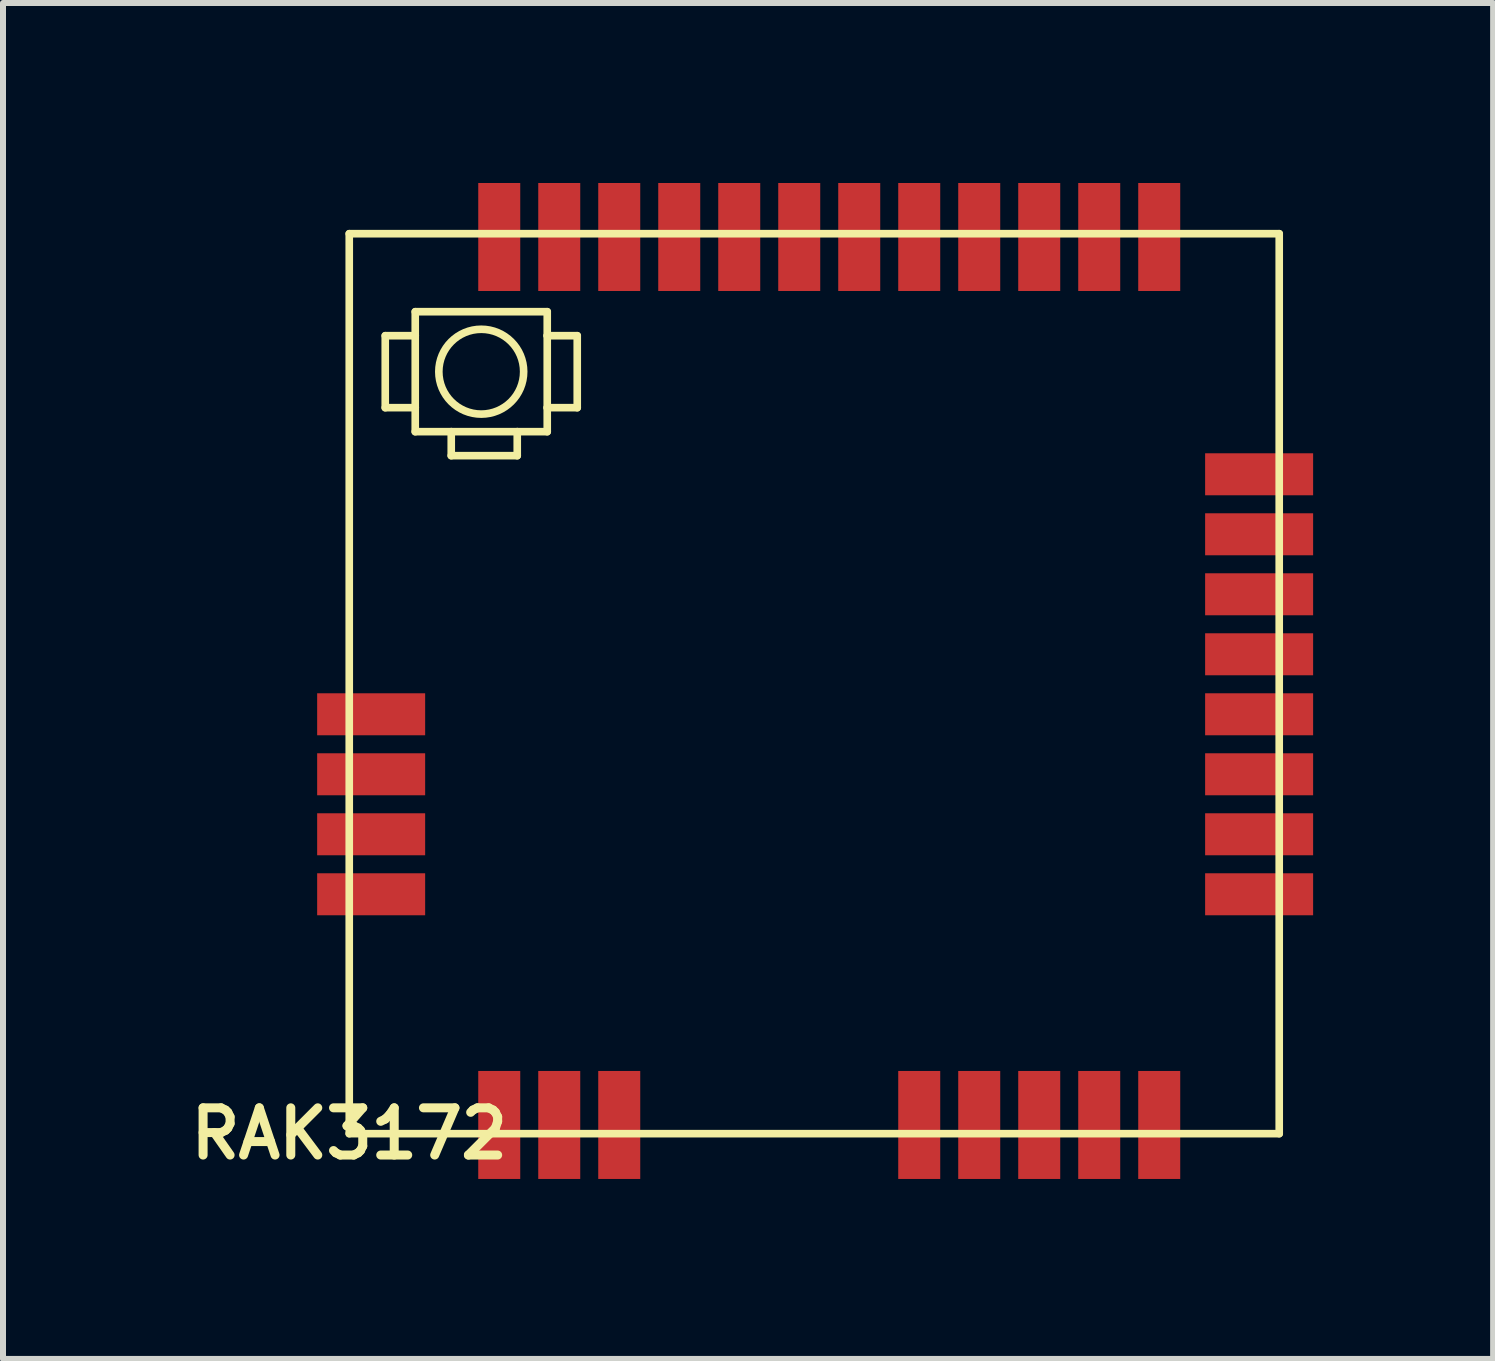
<source format=kicad_pcb>
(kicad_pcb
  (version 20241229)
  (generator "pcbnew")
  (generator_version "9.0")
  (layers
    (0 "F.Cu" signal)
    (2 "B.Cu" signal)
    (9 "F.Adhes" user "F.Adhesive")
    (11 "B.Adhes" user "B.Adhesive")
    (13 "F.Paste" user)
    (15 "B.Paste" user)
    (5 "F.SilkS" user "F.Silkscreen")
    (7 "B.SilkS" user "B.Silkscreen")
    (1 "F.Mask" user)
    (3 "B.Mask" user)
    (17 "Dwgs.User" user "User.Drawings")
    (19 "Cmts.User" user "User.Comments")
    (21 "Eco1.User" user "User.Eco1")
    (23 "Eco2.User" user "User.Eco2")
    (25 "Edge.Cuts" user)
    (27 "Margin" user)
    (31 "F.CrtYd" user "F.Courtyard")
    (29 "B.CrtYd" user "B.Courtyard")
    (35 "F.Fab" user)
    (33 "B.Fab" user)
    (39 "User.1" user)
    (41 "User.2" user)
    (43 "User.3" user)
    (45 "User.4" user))
  (footprint "RAK3172"
    (layer "F.Cu")
    (at 2.771 15.845)
    (property "Reference" "RAK3172" (at 0 0 0) (layer "F.SilkS") (effects (font (size 0.787 0.787) (thickness 0.15))))
    (attr through_hole)
    (fp_line (start 0 -15) (end 0 0) (stroke (width 0.127) (type solid)) (layer "F.SilkS"))
    (fp_line (start 0 0) (end 15.5 0) (stroke (width 0.127) (type solid)) (layer "F.SilkS"))
    (fp_line (start 0.6 -13.3) (end 1.1 -13.3) (stroke (width 0.127) (type solid)) (layer "F.SilkS"))
    (fp_line (start 0.6 -12.1) (end 0.6 -13.3) (stroke (width 0.127) (type solid)) (layer "F.SilkS"))
    (fp_line (start 1.1 -13.7) (end 3.3 -13.7) (stroke (width 0.127) (type solid)) (layer "F.SilkS"))
    (fp_line (start 1.1 -13.3) (end 1.1 -13.7) (stroke (width 0.127) (type solid)) (layer "F.SilkS"))
    (fp_line (start 1.1 -12.1) (end 0.6 -12.1) (stroke (width 0.127) (type solid)) (layer "F.SilkS"))
    (fp_line (start 1.1 -12.1) (end 1.1 -13.3) (stroke (width 0.127) (type solid)) (layer "F.SilkS"))
    (fp_line (start 1.1 -11.7) (end 1.1 -12.1) (stroke (width 0.127) (type solid)) (layer "F.SilkS"))
    (fp_line (start 1.7 -11.7) (end 1.1 -11.7) (stroke (width 0.127) (type solid)) (layer "F.SilkS"))
    (fp_line (start 1.7 -11.3) (end 1.7 -11.7) (stroke (width 0.127) (type solid)) (layer "F.SilkS"))
    (fp_line (start 1.7 -11.3) (end 2.8 -11.3) (stroke (width 0.127) (type solid)) (layer "F.SilkS"))
    (fp_line (start 2.8 -11.7) (end 1.7 -11.7) (stroke (width 0.127) (type solid)) (layer "F.SilkS"))
    (fp_line (start 2.8 -11.3) (end 2.8 -11.7) (stroke (width 0.127) (type solid)) (layer "F.SilkS"))
    (fp_line (start 3.3 -13.7) (end 3.3 -13.3) (stroke (width 0.127) (type solid)) (layer "F.SilkS"))
    (fp_line (start 3.3 -13.3) (end 3.3 -12.1) (stroke (width 0.127) (type solid)) (layer "F.SilkS"))
    (fp_line (start 3.3 -12.1) (end 3.3 -11.7) (stroke (width 0.127) (type solid)) (layer "F.SilkS"))
    (fp_line (start 3.3 -11.7) (end 2.8 -11.7) (stroke (width 0.127) (type solid)) (layer "F.SilkS"))
    (fp_line (start 3.8 -13.3) (end 3.3 -13.3) (stroke (width 0.127) (type solid)) (layer "F.SilkS"))
    (fp_line (start 3.8 -13.3) (end 3.8 -12.1) (stroke (width 0.127) (type solid)) (layer "F.SilkS"))
    (fp_line (start 3.8 -12.1) (end 3.3 -12.1) (stroke (width 0.127) (type solid)) (layer "F.SilkS"))
    (fp_line (start 15.5 -15) (end 0 -15) (stroke (width 0.127) (type solid)) (layer "F.SilkS"))
    (fp_line (start 15.5 0) (end 15.5 -15) (stroke (width 0.127) (type solid)) (layer "F.SilkS"))
    (fp_circle (center 2.2 -12.7) (end 2.907 -12.7) (stroke (width 0.127) (type solid)) (fill no) (layer "F.SilkS"))
    (pad "1" smd rect (at 13.5 -14.945 90) (size 1.8 0.7) (layers "F.Cu" "F.Mask" "F.Paste"))
    (pad "2" smd rect (at 12.5 -14.945 90) (size 1.8 0.7) (layers "F.Cu" "F.Mask" "F.Paste"))
    (pad "3" smd rect (at 11.5 -14.945 90) (size 1.8 0.7) (layers "F.Cu" "F.Mask" "F.Paste"))
    (pad "4" smd rect (at 10.5 -14.945 90) (size 1.8 0.7) (layers "F.Cu" "F.Mask" "F.Paste"))
    (pad "5" smd rect (at 9.5 -14.945 90) (size 1.8 0.7) (layers "F.Cu" "F.Mask" "F.Paste"))
    (pad "6" smd rect (at 8.5 -14.945 90) (size 1.8 0.7) (layers "F.Cu" "F.Mask" "F.Paste"))
    (pad "7" smd rect (at 7.5 -14.945 90) (size 1.8 0.7) (layers "F.Cu" "F.Mask" "F.Paste"))
    (pad "8" smd rect (at 6.5 -14.945 90) (size 1.8 0.7) (layers "F.Cu" "F.Mask" "F.Paste"))
    (pad "9" smd rect (at 5.5 -14.945 90) (size 1.8 0.7) (layers "F.Cu" "F.Mask" "F.Paste"))
    (pad "10" smd rect (at 4.5 -14.945 90) (size 1.8 0.7) (layers "F.Cu" "F.Mask" "F.Paste"))
    (pad "11" smd rect (at 3.5 -14.945 90) (size 1.8 0.7) (layers "F.Cu" "F.Mask" "F.Paste"))
    (pad "12" smd rect (at 2.5 -14.945 90) (size 1.8 0.7) (layers "F.Cu" "F.Mask" "F.Paste"))
    (pad "13" smd rect (at 0.365 -6.99 180) (size 1.8 0.7) (layers "F.Cu" "F.Mask" "F.Paste"))
    (pad "14" smd rect (at 0.365 -5.99 180) (size 1.8 0.7) (layers "F.Cu" "F.Mask" "F.Paste"))
    (pad "15" smd rect (at 0.365 -4.99 180) (size 1.8 0.7) (layers "F.Cu" "F.Mask" "F.Paste"))
    (pad "16" smd rect (at 0.365 -3.99 180) (size 1.8 0.7) (layers "F.Cu" "F.Mask" "F.Paste"))
    (pad "17" smd rect (at 2.5 -0.145 90) (size 1.8 0.7) (layers "F.Cu" "F.Mask" "F.Paste"))
    (pad "18" smd rect (at 3.5 -0.145 90) (size 1.8 0.7) (layers "F.Cu" "F.Mask" "F.Paste"))
    (pad "19" smd rect (at 4.5 -0.145 90) (size 1.8 0.7) (layers "F.Cu" "F.Mask" "F.Paste"))
    (pad "20" smd rect (at 9.5 -0.145 90) (size 1.8 0.7) (layers "F.Cu" "F.Mask" "F.Paste"))
    (pad "21" smd rect (at 10.5 -0.145 90) (size 1.8 0.7) (layers "F.Cu" "F.Mask" "F.Paste"))
    (pad "22" smd rect (at 11.5 -0.145 90) (size 1.8 0.7) (layers "F.Cu" "F.Mask" "F.Paste"))
    (pad "23" smd rect (at 12.5 -0.145 90) (size 1.8 0.7) (layers "F.Cu" "F.Mask" "F.Paste"))
    (pad "24" smd rect (at 13.5 -0.145 90) (size 1.8 0.7) (layers "F.Cu" "F.Mask" "F.Paste"))
    (pad "25" smd rect (at 15.165 -3.99 180) (size 1.8 0.7) (layers "F.Cu" "F.Mask" "F.Paste"))
    (pad "26" smd rect (at 15.165 -4.99 180) (size 1.8 0.7) (layers "F.Cu" "F.Mask" "F.Paste"))
    (pad "27" smd rect (at 15.165 -5.99 180) (size 1.8 0.7) (layers "F.Cu" "F.Mask" "F.Paste"))
    (pad "28" smd rect (at 15.165 -6.99 180) (size 1.8 0.7) (layers "F.Cu" "F.Mask" "F.Paste"))
    (pad "29" smd rect (at 15.165 -7.99 180) (size 1.8 0.7) (layers "F.Cu" "F.Mask" "F.Paste"))
    (pad "30" smd rect (at 15.165 -8.99 180) (size 1.8 0.7) (layers "F.Cu" "F.Mask" "F.Paste"))
    (pad "31" smd rect (at 15.165 -9.99 180) (size 1.8 0.7) (layers "F.Cu" "F.Mask" "F.Paste"))
    (pad "32" smd rect (at 15.165 -10.99 180) (size 1.8 0.7) (layers "F.Cu" "F.Mask" "F.Paste")))
  (gr_rect
    (start -3 -3)
    (end 21.836 19.6)
    (stroke (width 0.1) (type default))
    (fill no)
    (layer "Edge.Cuts")))
</source>
